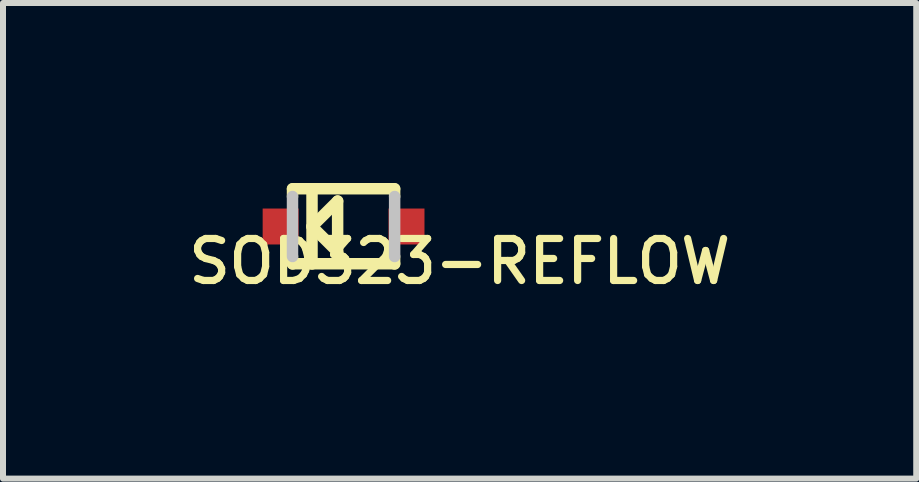
<source format=kicad_pcb>
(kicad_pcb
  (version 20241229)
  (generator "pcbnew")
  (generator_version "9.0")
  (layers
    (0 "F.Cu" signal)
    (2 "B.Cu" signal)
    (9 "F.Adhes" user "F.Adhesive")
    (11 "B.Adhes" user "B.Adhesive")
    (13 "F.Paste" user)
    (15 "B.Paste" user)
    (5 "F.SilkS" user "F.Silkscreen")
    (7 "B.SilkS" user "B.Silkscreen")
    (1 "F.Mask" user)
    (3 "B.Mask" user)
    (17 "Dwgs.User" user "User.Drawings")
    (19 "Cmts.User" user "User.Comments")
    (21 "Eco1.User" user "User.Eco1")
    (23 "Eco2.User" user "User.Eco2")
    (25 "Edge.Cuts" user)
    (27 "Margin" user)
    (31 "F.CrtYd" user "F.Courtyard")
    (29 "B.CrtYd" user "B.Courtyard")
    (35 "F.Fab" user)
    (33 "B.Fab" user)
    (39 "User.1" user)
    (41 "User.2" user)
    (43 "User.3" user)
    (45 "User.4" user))
  (footprint "SOD323-REFLOW"
    (layer "F.Cu")
    (at 2.676 0.725)
    (property "Reference" "SOD323-REFLOW" (at 1.934 0.582 0) (layer "F.SilkS") (effects (font (size 0.7 0.7) (thickness 0.12))))
    (attr through_hole)
    (fp_line (start -0.851 -0.63) (end 0.851 -0.63) (stroke (width 0.191) (type solid)) (layer "F.SilkS"))
    (fp_line (start -0.851 -0.625) (end -0.851 -0.5) (stroke (width 0.191) (type solid)) (layer "F.SilkS"))
    (fp_line (start -0.851 0.62) (end 0.851 0.62) (stroke (width 0.191) (type solid)) (layer "F.SilkS"))
    (fp_line (start -0.851 0.625) (end -0.851 0.5) (stroke (width 0.191) (type solid)) (layer "F.SilkS"))
    (fp_line (start -0.526 -0.625) (end -0.526 0.625) (stroke (width 0.191) (type solid)) (layer "F.SilkS"))
    (fp_line (start -0.526 0) (end -0.099 -0.424) (stroke (width 0.191) (type solid)) (layer "F.SilkS"))
    (fp_line (start -0.099 -0.424) (end -0.099 0.424) (stroke (width 0.191) (type solid)) (layer "F.SilkS"))
    (fp_line (start -0.099 0.424) (end -0.526 0) (stroke (width 0.191) (type solid)) (layer "F.SilkS"))
    (fp_line (start 0.851 -0.625) (end 0.851 -0.5) (stroke (width 0.191) (type solid)) (layer "F.SilkS"))
    (fp_line (start 0.851 0.625) (end 0.851 0.5) (stroke (width 0.191) (type solid)) (layer "F.SilkS"))
    (fp_line (start -0.851 -0.5) (end -0.851 0.5) (stroke (width 0.191) (type solid)) (layer "Dwgs.User"))
    (fp_line (start 0.851 -0.5) (end 0.851 0.5) (stroke (width 0.191) (type solid)) (layer "Dwgs.User"))
    (pad "1" smd rect (at 1.049 0) (size 0.599 0.599) (layers "F.Cu" "F.Mask" "F.Paste"))
    (pad "2" smd rect (at -1.049 0) (size 0.599 0.599) (layers "F.Cu" "F.Mask" "F.Paste")))
  (gr_rect
    (start -3 -3)
    (end 12.22 4.927)
    (stroke (width 0.1) (type default))
    (fill no)
    (layer "Edge.Cuts")))
</source>
